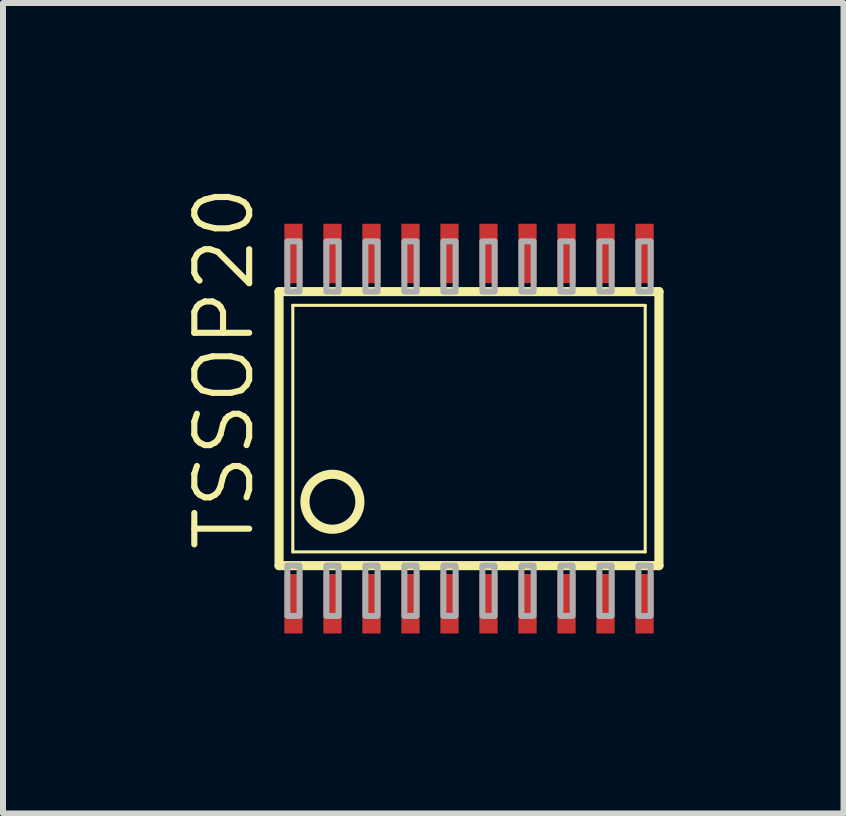
<source format=kicad_pcb>
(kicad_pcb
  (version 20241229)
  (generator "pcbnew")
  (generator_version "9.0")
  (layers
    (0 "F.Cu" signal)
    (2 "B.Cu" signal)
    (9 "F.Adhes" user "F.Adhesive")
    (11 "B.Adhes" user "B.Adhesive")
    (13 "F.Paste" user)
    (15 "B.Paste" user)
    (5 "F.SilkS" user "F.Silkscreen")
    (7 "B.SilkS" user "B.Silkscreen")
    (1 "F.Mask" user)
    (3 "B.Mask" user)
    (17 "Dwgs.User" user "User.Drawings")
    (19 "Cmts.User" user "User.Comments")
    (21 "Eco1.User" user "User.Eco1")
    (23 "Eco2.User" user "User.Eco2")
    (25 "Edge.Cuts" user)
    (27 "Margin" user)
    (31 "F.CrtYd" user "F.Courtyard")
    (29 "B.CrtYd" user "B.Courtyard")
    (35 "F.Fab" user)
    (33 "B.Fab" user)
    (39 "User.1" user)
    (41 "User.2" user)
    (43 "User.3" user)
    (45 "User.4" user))
  (footprint "TSSOP20"
    (layer "F.Cu")
    (at 4.765 4.092)
    (property "Reference" "TSSOP20" (at -3.546 2.083 90) (layer "F.SilkS") (effects (font (size 0.914 0.914) (thickness 0.102)) (justify left bottom)))
    (fp_line (start -3.165 2.283) (end -3.165 -2.283) (stroke (width 0.152) (type solid)) (layer "F.SilkS"))
    (fp_line (start -3.165 2.283) (end 3.165 2.283) (stroke (width 0.152) (type solid)) (layer "F.SilkS"))
    (fp_line (start -2.936 2.054) (end -2.936 -2.054) (stroke (width 0.051) (type solid)) (layer "F.SilkS"))
    (fp_line (start -2.936 2.054) (end 2.936 2.054) (stroke (width 0.051) (type solid)) (layer "F.SilkS"))
    (fp_line (start 2.936 -2.054) (end -2.936 -2.054) (stroke (width 0.051) (type solid)) (layer "F.SilkS"))
    (fp_line (start 2.936 -2.054) (end 2.936 2.054) (stroke (width 0.051) (type solid)) (layer "F.SilkS"))
    (fp_line (start 3.165 -2.283) (end -3.165 -2.283) (stroke (width 0.152) (type solid)) (layer "F.SilkS"))
    (fp_line (start 3.165 -2.283) (end 3.165 2.283) (stroke (width 0.152) (type solid)) (layer "F.SilkS"))
    (fp_circle (center -2.276 1.219) (end -1.818 1.219) (stroke (width 0.152) (type solid)) (fill no) (layer "F.SilkS"))
    (fp_poly (pts (xy -3.027 -2.283) (xy -2.823 -2.283) (xy -2.823 -3.121) (xy -3.027 -3.121)) (stroke (width 0.1) (type solid)) (fill no) (layer "F.Fab"))
    (fp_poly (pts (xy -3.027 3.121) (xy -2.823 3.121) (xy -2.823 2.283) (xy -3.027 2.283)) (stroke (width 0.1) (type solid)) (fill no) (layer "F.Fab"))
    (fp_poly (pts (xy -2.377 -2.283) (xy -2.173 -2.283) (xy -2.173 -3.121) (xy -2.377 -3.121)) (stroke (width 0.1) (type solid)) (fill no) (layer "F.Fab"))
    (fp_poly (pts (xy -2.377 3.121) (xy -2.173 3.121) (xy -2.173 2.283) (xy -2.377 2.283)) (stroke (width 0.1) (type solid)) (fill no) (layer "F.Fab"))
    (fp_poly (pts (xy -1.727 -2.283) (xy -1.523 -2.283) (xy -1.523 -3.121) (xy -1.727 -3.121)) (stroke (width 0.1) (type solid)) (fill no) (layer "F.Fab"))
    (fp_poly (pts (xy -1.727 3.121) (xy -1.523 3.121) (xy -1.523 2.283) (xy -1.727 2.283)) (stroke (width 0.1) (type solid)) (fill no) (layer "F.Fab"))
    (fp_poly (pts (xy -1.077 -2.283) (xy -0.873 -2.283) (xy -0.873 -3.121) (xy -1.077 -3.121)) (stroke (width 0.1) (type solid)) (fill no) (layer "F.Fab"))
    (fp_poly (pts (xy -1.077 3.121) (xy -0.873 3.121) (xy -0.873 2.283) (xy -1.077 2.283)) (stroke (width 0.1) (type solid)) (fill no) (layer "F.Fab"))
    (fp_poly (pts (xy -0.427 -2.283) (xy -0.223 -2.283) (xy -0.223 -3.121) (xy -0.427 -3.121)) (stroke (width 0.1) (type solid)) (fill no) (layer "F.Fab"))
    (fp_poly (pts (xy -0.427 3.121) (xy -0.223 3.121) (xy -0.223 2.283) (xy -0.427 2.283)) (stroke (width 0.1) (type solid)) (fill no) (layer "F.Fab"))
    (fp_poly (pts (xy 0.223 -2.283) (xy 0.427 -2.283) (xy 0.427 -3.121) (xy 0.223 -3.121)) (stroke (width 0.1) (type solid)) (fill no) (layer "F.Fab"))
    (fp_poly (pts (xy 0.223 3.121) (xy 0.427 3.121) (xy 0.427 2.283) (xy 0.223 2.283)) (stroke (width 0.1) (type solid)) (fill no) (layer "F.Fab"))
    (fp_poly (pts (xy 0.873 -2.283) (xy 1.077 -2.283) (xy 1.077 -3.121) (xy 0.873 -3.121)) (stroke (width 0.1) (type solid)) (fill no) (layer "F.Fab"))
    (fp_poly (pts (xy 0.873 3.121) (xy 1.077 3.121) (xy 1.077 2.283) (xy 0.873 2.283)) (stroke (width 0.1) (type solid)) (fill no) (layer "F.Fab"))
    (fp_poly (pts (xy 1.523 -2.283) (xy 1.727 -2.283) (xy 1.727 -3.121) (xy 1.523 -3.121)) (stroke (width 0.1) (type solid)) (fill no) (layer "F.Fab"))
    (fp_poly (pts (xy 1.523 3.121) (xy 1.727 3.121) (xy 1.727 2.283) (xy 1.523 2.283)) (stroke (width 0.1) (type solid)) (fill no) (layer "F.Fab"))
    (fp_poly (pts (xy 2.173 -2.283) (xy 2.377 -2.283) (xy 2.377 -3.121) (xy 2.173 -3.121)) (stroke (width 0.1) (type solid)) (fill no) (layer "F.Fab"))
    (fp_poly (pts (xy 2.173 3.121) (xy 2.377 3.121) (xy 2.377 2.283) (xy 2.173 2.283)) (stroke (width 0.1) (type solid)) (fill no) (layer "F.Fab"))
    (fp_poly (pts (xy 2.823 -2.283) (xy 3.027 -2.283) (xy 3.027 -3.121) (xy 2.823 -3.121)) (stroke (width 0.1) (type solid)) (fill no) (layer "F.Fab"))
    (fp_poly (pts (xy 2.823 3.121) (xy 3.027 3.121) (xy 3.027 2.283) (xy 2.823 2.283)) (stroke (width 0.1) (type solid)) (fill no) (layer "F.Fab"))
    (pad "1" smd rect (at -2.925 2.918) (size 0.305 0.991) (layers "F.Cu" "F.Mask" "F.Paste"))
    (pad "2" smd rect (at -2.275 2.918) (size 0.305 0.991) (layers "F.Cu" "F.Mask" "F.Paste"))
    (pad "3" smd rect (at -1.625 2.918) (size 0.305 0.991) (layers "F.Cu" "F.Mask" "F.Paste"))
    (pad "4" smd rect (at -0.975 2.918) (size 0.305 0.991) (layers "F.Cu" "F.Mask" "F.Paste"))
    (pad "5" smd rect (at -0.325 2.918) (size 0.305 0.991) (layers "F.Cu" "F.Mask" "F.Paste"))
    (pad "6" smd rect (at 0.325 2.918) (size 0.305 0.991) (layers "F.Cu" "F.Mask" "F.Paste"))
    (pad "7" smd rect (at 0.975 2.918) (size 0.305 0.991) (layers "F.Cu" "F.Mask" "F.Paste"))
    (pad "8" smd rect (at 1.625 2.918) (size 0.305 0.991) (layers "F.Cu" "F.Mask" "F.Paste"))
    (pad "9" smd rect (at 2.275 2.918) (size 0.305 0.991) (layers "F.Cu" "F.Mask" "F.Paste"))
    (pad "10" smd rect (at 2.925 2.918) (size 0.305 0.991) (layers "F.Cu" "F.Mask" "F.Paste"))
    (pad "11" smd rect (at 2.925 -2.918) (size 0.305 0.991) (layers "F.Cu" "F.Mask" "F.Paste"))
    (pad "12" smd rect (at 2.275 -2.918) (size 0.305 0.991) (layers "F.Cu" "F.Mask" "F.Paste"))
    (pad "13" smd rect (at 1.625 -2.918) (size 0.305 0.991) (layers "F.Cu" "F.Mask" "F.Paste"))
    (pad "14" smd rect (at 0.975 -2.918) (size 0.305 0.991) (layers "F.Cu" "F.Mask" "F.Paste"))
    (pad "15" smd rect (at 0.325 -2.918) (size 0.305 0.991) (layers "F.Cu" "F.Mask" "F.Paste"))
    (pad "16" smd rect (at -0.325 -2.918) (size 0.305 0.991) (layers "F.Cu" "F.Mask" "F.Paste"))
    (pad "17" smd rect (at -0.975 -2.918) (size 0.305 0.991) (layers "F.Cu" "F.Mask" "F.Paste"))
    (pad "18" smd rect (at -1.625 -2.918) (size 0.305 0.991) (layers "F.Cu" "F.Mask" "F.Paste"))
    (pad "19" smd rect (at -2.275 -2.918) (size 0.305 0.991) (layers "F.Cu" "F.Mask" "F.Paste"))
    (pad "20" smd rect (at -2.925 -2.918) (size 0.305 0.991) (layers "F.Cu" "F.Mask" "F.Paste")))
  (gr_rect
    (start -3 -3)
    (end 11.006 10.505)
    (stroke (width 0.1) (type default))
    (fill no)
    (layer "Edge.Cuts")))
</source>
